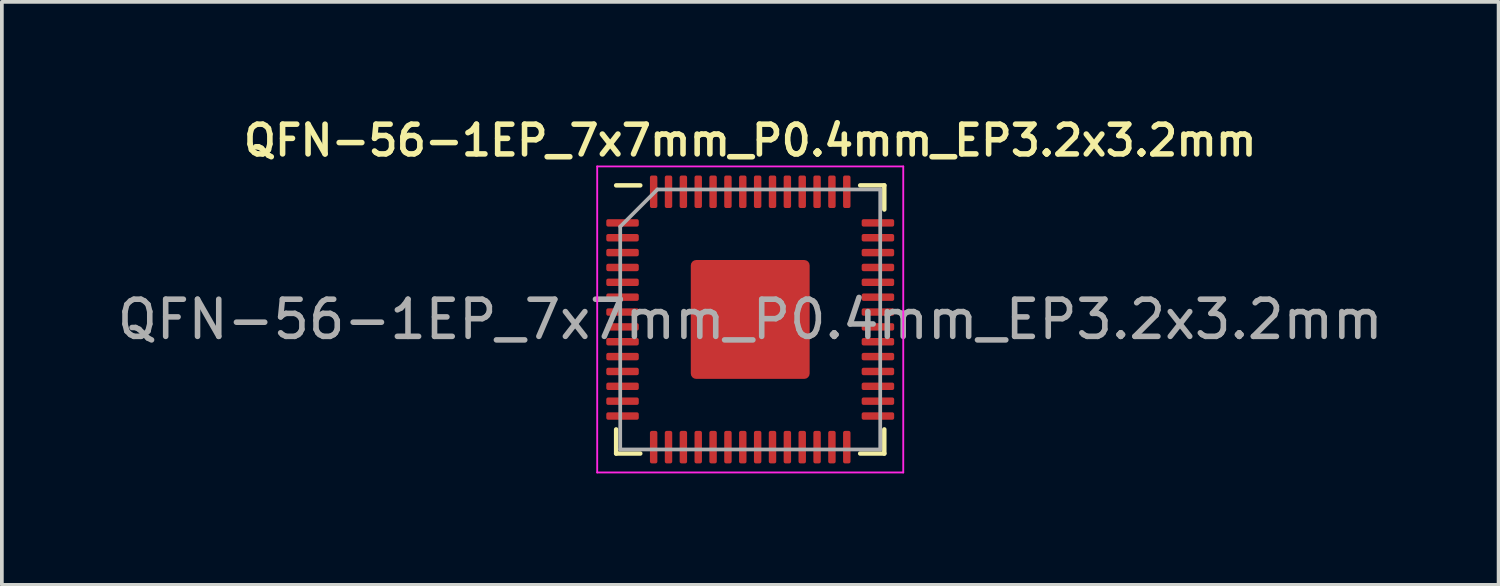
<source format=kicad_pcb>
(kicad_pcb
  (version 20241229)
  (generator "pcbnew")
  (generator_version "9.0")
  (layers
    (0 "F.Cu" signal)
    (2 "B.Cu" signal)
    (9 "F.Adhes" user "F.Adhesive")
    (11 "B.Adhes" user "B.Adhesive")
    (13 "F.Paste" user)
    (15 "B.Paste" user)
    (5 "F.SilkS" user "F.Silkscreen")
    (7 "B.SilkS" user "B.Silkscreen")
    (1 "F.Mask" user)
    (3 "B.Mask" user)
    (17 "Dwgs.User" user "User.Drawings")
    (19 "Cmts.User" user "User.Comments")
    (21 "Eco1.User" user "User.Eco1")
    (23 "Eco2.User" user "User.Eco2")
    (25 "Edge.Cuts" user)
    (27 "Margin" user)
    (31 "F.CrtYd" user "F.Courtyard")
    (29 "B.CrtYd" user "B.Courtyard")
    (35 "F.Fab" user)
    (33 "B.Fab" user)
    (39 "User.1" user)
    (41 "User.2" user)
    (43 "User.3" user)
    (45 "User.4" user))
  (footprint "QFN-56-1EP_7x7mm_P0.4mm_EP3.2x3.2mm"
    (layer "F.Cu")
    (at 17.149 5.551)
    (property "Reference" "QFN-56-1EP_7x7mm_P0.4mm_EP3.2x3.2mm" (at 0 -4.82 0) (layer "F.SilkS") (effects (font (size 0.8 0.8) (thickness 0.15))))
    (attr smd)
    (fp_line (start -3.61 3.61) (end -3.61 2.96) (stroke (width 0.12) (type solid)) (layer "F.SilkS"))
    (fp_line (start -2.96 -3.61) (end -3.61 -3.61) (stroke (width 0.12) (type solid)) (layer "F.SilkS"))
    (fp_line (start -2.96 3.61) (end -3.61 3.61) (stroke (width 0.12) (type solid)) (layer "F.SilkS"))
    (fp_line (start 2.96 -3.61) (end 3.61 -3.61) (stroke (width 0.12) (type solid)) (layer "F.SilkS"))
    (fp_line (start 2.96 3.61) (end 3.61 3.61) (stroke (width 0.12) (type solid)) (layer "F.SilkS"))
    (fp_line (start 3.61 -3.61) (end 3.61 -2.96) (stroke (width 0.12) (type solid)) (layer "F.SilkS"))
    (fp_line (start 3.61 3.61) (end 3.61 2.96) (stroke (width 0.12) (type solid)) (layer "F.SilkS"))
    (fp_line (start -4.12 -4.12) (end -4.12 4.12) (stroke (width 0.05) (type solid)) (layer "F.CrtYd"))
    (fp_line (start -4.12 4.12) (end 4.12 4.12) (stroke (width 0.05) (type solid)) (layer "F.CrtYd"))
    (fp_line (start 4.12 -4.12) (end -4.12 -4.12) (stroke (width 0.05) (type solid)) (layer "F.CrtYd"))
    (fp_line (start 4.12 4.12) (end 4.12 -4.12) (stroke (width 0.05) (type solid)) (layer "F.CrtYd"))
    (fp_line (start -3.5 -2.5) (end -2.5 -3.5) (stroke (width 0.1) (type solid)) (layer "F.Fab"))
    (fp_line (start -3.5 3.5) (end -3.5 -2.5) (stroke (width 0.1) (type solid)) (layer "F.Fab"))
    (fp_line (start -2.5 -3.5) (end 3.5 -3.5) (stroke (width 0.1) (type solid)) (layer "F.Fab"))
    (fp_line (start 3.5 -3.5) (end 3.5 3.5) (stroke (width 0.1) (type solid)) (layer "F.Fab"))
    (fp_line (start 3.5 3.5) (end -3.5 3.5) (stroke (width 0.1) (type solid)) (layer "F.Fab"))
    (fp_text user "${REFERENCE}" (at 0 0 0) (layer "F.Fab") (effects (font (size 1 1) (thickness 0.15))))
    (pad "" smd roundrect (at -0.637 -0.637) (size 1.084 1.084) (layers "F.Paste") (roundrect_rratio 0.231))
    (pad "" smd roundrect (at -0.637 0.637) (size 1.084 1.084) (layers "F.Paste") (roundrect_rratio 0.231))
    (pad "" smd roundrect (at 0.637 -0.637) (size 1.084 1.084) (layers "F.Paste") (roundrect_rratio 0.231))
    (pad "" smd roundrect (at 0.637 0.637) (size 1.084 1.084) (layers "F.Paste") (roundrect_rratio 0.231))
    (pad "1" smd roundrect (at -3.438 -2.6) (size 0.875 0.2) (layers "F.Cu" "F.Mask" "F.Paste") (roundrect_rratio 0.25))
    (pad "2" smd roundrect (at -3.438 -2.2) (size 0.875 0.2) (layers "F.Cu" "F.Mask" "F.Paste") (roundrect_rratio 0.25))
    (pad "3" smd roundrect (at -3.438 -1.8) (size 0.875 0.2) (layers "F.Cu" "F.Mask" "F.Paste") (roundrect_rratio 0.25))
    (pad "4" smd roundrect (at -3.438 -1.4) (size 0.875 0.2) (layers "F.Cu" "F.Mask" "F.Paste") (roundrect_rratio 0.25))
    (pad "5" smd roundrect (at -3.438 -1) (size 0.875 0.2) (layers "F.Cu" "F.Mask" "F.Paste") (roundrect_rratio 0.25))
    (pad "6" smd roundrect (at -3.438 -0.6) (size 0.875 0.2) (layers "F.Cu" "F.Mask" "F.Paste") (roundrect_rratio 0.25))
    (pad "7" smd roundrect (at -3.438 -0.2) (size 0.875 0.2) (layers "F.Cu" "F.Mask" "F.Paste") (roundrect_rratio 0.25))
    (pad "8" smd roundrect (at -3.438 0.2) (size 0.875 0.2) (layers "F.Cu" "F.Mask" "F.Paste") (roundrect_rratio 0.25))
    (pad "9" smd roundrect (at -3.438 0.6) (size 0.875 0.2) (layers "F.Cu" "F.Mask" "F.Paste") (roundrect_rratio 0.25))
    (pad "10" smd roundrect (at -3.438 1) (size 0.875 0.2) (layers "F.Cu" "F.Mask" "F.Paste") (roundrect_rratio 0.25))
    (pad "11" smd roundrect (at -3.438 1.4) (size 0.875 0.2) (layers "F.Cu" "F.Mask" "F.Paste") (roundrect_rratio 0.25))
    (pad "12" smd roundrect (at -3.438 1.8) (size 0.875 0.2) (layers "F.Cu" "F.Mask" "F.Paste") (roundrect_rratio 0.25))
    (pad "13" smd roundrect (at -3.438 2.2) (size 0.875 0.2) (layers "F.Cu" "F.Mask" "F.Paste") (roundrect_rratio 0.25))
    (pad "14" smd roundrect (at -3.438 2.6) (size 0.875 0.2) (layers "F.Cu" "F.Mask" "F.Paste") (roundrect_rratio 0.25))
    (pad "15" smd roundrect (at -2.6 3.438) (size 0.2 0.875) (layers "F.Cu" "F.Mask" "F.Paste") (roundrect_rratio 0.25))
    (pad "16" smd roundrect (at -2.2 3.438) (size 0.2 0.875) (layers "F.Cu" "F.Mask" "F.Paste") (roundrect_rratio 0.25))
    (pad "17" smd roundrect (at -1.8 3.438) (size 0.2 0.875) (layers "F.Cu" "F.Mask" "F.Paste") (roundrect_rratio 0.25))
    (pad "18" smd roundrect (at -1.4 3.438) (size 0.2 0.875) (layers "F.Cu" "F.Mask" "F.Paste") (roundrect_rratio 0.25))
    (pad "19" smd roundrect (at -1 3.438) (size 0.2 0.875) (layers "F.Cu" "F.Mask" "F.Paste") (roundrect_rratio 0.25))
    (pad "20" smd roundrect (at -0.6 3.438) (size 0.2 0.875) (layers "F.Cu" "F.Mask" "F.Paste") (roundrect_rratio 0.25))
    (pad "21" smd roundrect (at -0.2 3.438) (size 0.2 0.875) (layers "F.Cu" "F.Mask" "F.Paste") (roundrect_rratio 0.25))
    (pad "22" smd roundrect (at 0.2 3.438) (size 0.2 0.875) (layers "F.Cu" "F.Mask" "F.Paste") (roundrect_rratio 0.25))
    (pad "23" smd roundrect (at 0.6 3.438) (size 0.2 0.875) (layers "F.Cu" "F.Mask" "F.Paste") (roundrect_rratio 0.25))
    (pad "24" smd roundrect (at 1 3.438) (size 0.2 0.875) (layers "F.Cu" "F.Mask" "F.Paste") (roundrect_rratio 0.25))
    (pad "25" smd roundrect (at 1.4 3.438) (size 0.2 0.875) (layers "F.Cu" "F.Mask" "F.Paste") (roundrect_rratio 0.25))
    (pad "26" smd roundrect (at 1.8 3.438) (size 0.2 0.875) (layers "F.Cu" "F.Mask" "F.Paste") (roundrect_rratio 0.25))
    (pad "27" smd roundrect (at 2.2 3.438) (size 0.2 0.875) (layers "F.Cu" "F.Mask" "F.Paste") (roundrect_rratio 0.25))
    (pad "28" smd roundrect (at 2.6 3.438) (size 0.2 0.875) (layers "F.Cu" "F.Mask" "F.Paste") (roundrect_rratio 0.25))
    (pad "29" smd roundrect (at 3.438 2.6) (size 0.875 0.2) (layers "F.Cu" "F.Mask" "F.Paste") (roundrect_rratio 0.25))
    (pad "30" smd roundrect (at 3.438 2.2) (size 0.875 0.2) (layers "F.Cu" "F.Mask" "F.Paste") (roundrect_rratio 0.25))
    (pad "31" smd roundrect (at 3.438 1.8) (size 0.875 0.2) (layers "F.Cu" "F.Mask" "F.Paste") (roundrect_rratio 0.25))
    (pad "32" smd roundrect (at 3.438 1.4) (size 0.875 0.2) (layers "F.Cu" "F.Mask" "F.Paste") (roundrect_rratio 0.25))
    (pad "33" smd roundrect (at 3.438 1) (size 0.875 0.2) (layers "F.Cu" "F.Mask" "F.Paste") (roundrect_rratio 0.25))
    (pad "34" smd roundrect (at 3.438 0.6) (size 0.875 0.2) (layers "F.Cu" "F.Mask" "F.Paste") (roundrect_rratio 0.25))
    (pad "35" smd roundrect (at 3.438 0.2) (size 0.875 0.2) (layers "F.Cu" "F.Mask" "F.Paste") (roundrect_rratio 0.25))
    (pad "36" smd roundrect (at 3.438 -0.2) (size 0.875 0.2) (layers "F.Cu" "F.Mask" "F.Paste") (roundrect_rratio 0.25))
    (pad "37" smd roundrect (at 3.438 -0.6) (size 0.875 0.2) (layers "F.Cu" "F.Mask" "F.Paste") (roundrect_rratio 0.25))
    (pad "38" smd roundrect (at 3.438 -1) (size 0.875 0.2) (layers "F.Cu" "F.Mask" "F.Paste") (roundrect_rratio 0.25))
    (pad "39" smd roundrect (at 3.438 -1.4) (size 0.875 0.2) (layers "F.Cu" "F.Mask" "F.Paste") (roundrect_rratio 0.25))
    (pad "40" smd roundrect (at 3.438 -1.8) (size 0.875 0.2) (layers "F.Cu" "F.Mask" "F.Paste") (roundrect_rratio 0.25))
    (pad "41" smd roundrect (at 3.438 -2.2) (size 0.875 0.2) (layers "F.Cu" "F.Mask" "F.Paste") (roundrect_rratio 0.25))
    (pad "42" smd roundrect (at 3.438 -2.6) (size 0.875 0.2) (layers "F.Cu" "F.Mask" "F.Paste") (roundrect_rratio 0.25))
    (pad "43" smd roundrect (at 2.6 -3.438) (size 0.2 0.875) (layers "F.Cu" "F.Mask" "F.Paste") (roundrect_rratio 0.25))
    (pad "44" smd roundrect (at 2.2 -3.438) (size 0.2 0.875) (layers "F.Cu" "F.Mask" "F.Paste") (roundrect_rratio 0.25))
    (pad "45" smd roundrect (at 1.8 -3.438) (size 0.2 0.875) (layers "F.Cu" "F.Mask" "F.Paste") (roundrect_rratio 0.25))
    (pad "46" smd roundrect (at 1.4 -3.438) (size 0.2 0.875) (layers "F.Cu" "F.Mask" "F.Paste") (roundrect_rratio 0.25))
    (pad "47" smd roundrect (at 1 -3.438) (size 0.2 0.875) (layers "F.Cu" "F.Mask" "F.Paste") (roundrect_rratio 0.25))
    (pad "48" smd roundrect (at 0.6 -3.438) (size 0.2 0.875) (layers "F.Cu" "F.Mask" "F.Paste") (roundrect_rratio 0.25))
    (pad "49" smd roundrect (at 0.2 -3.438) (size 0.2 0.875) (layers "F.Cu" "F.Mask" "F.Paste") (roundrect_rratio 0.25))
    (pad "50" smd roundrect (at -0.2 -3.438) (size 0.2 0.875) (layers "F.Cu" "F.Mask" "F.Paste") (roundrect_rratio 0.25))
    (pad "51" smd roundrect (at -0.6 -3.438) (size 0.2 0.875) (layers "F.Cu" "F.Mask" "F.Paste") (roundrect_rratio 0.25))
    (pad "52" smd roundrect (at -1 -3.438) (size 0.2 0.875) (layers "F.Cu" "F.Mask" "F.Paste") (roundrect_rratio 0.25))
    (pad "53" smd roundrect (at -1.4 -3.438) (size 0.2 0.875) (layers "F.Cu" "F.Mask" "F.Paste") (roundrect_rratio 0.25))
    (pad "54" smd roundrect (at -1.8 -3.438) (size 0.2 0.875) (layers "F.Cu" "F.Mask" "F.Paste") (roundrect_rratio 0.25))
    (pad "55" smd roundrect (at -2.2 -3.438) (size 0.2 0.875) (layers "F.Cu" "F.Mask" "F.Paste") (roundrect_rratio 0.25))
    (pad "56" smd roundrect (at -2.6 -3.438) (size 0.2 0.875) (layers "F.Cu" "F.Mask" "F.Paste") (roundrect_rratio 0.25))
    (pad "57" smd roundrect (at 0 0) (size 3.2 3.2) (layers "F.Cu" "F.Mask") (roundrect_rratio 0.045)))
  (gr_rect
    (start -3 -3)
    (end 37.298 12.696)
    (stroke (width 0.1) (type default))
    (fill no)
    (layer "Edge.Cuts")))
</source>
